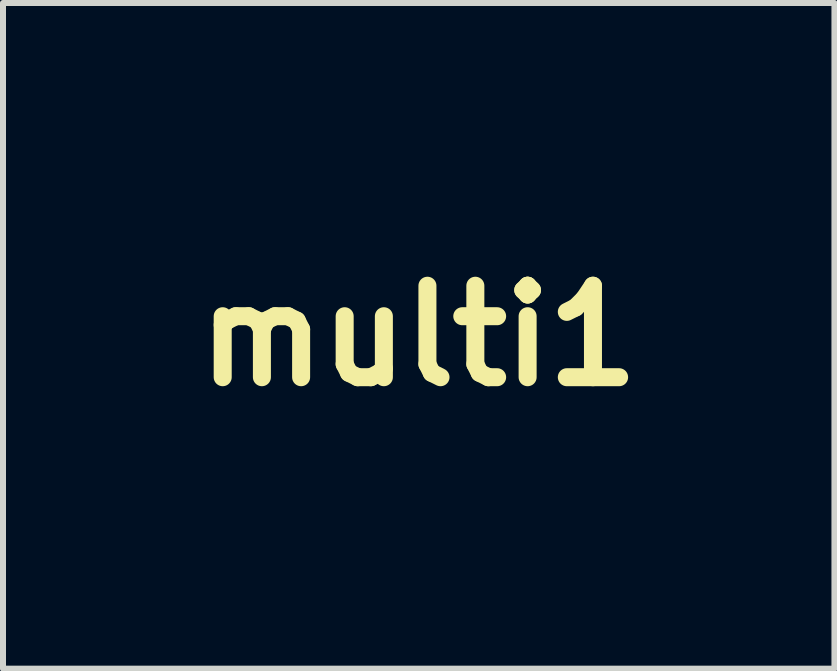
<source format=kicad_pcb>
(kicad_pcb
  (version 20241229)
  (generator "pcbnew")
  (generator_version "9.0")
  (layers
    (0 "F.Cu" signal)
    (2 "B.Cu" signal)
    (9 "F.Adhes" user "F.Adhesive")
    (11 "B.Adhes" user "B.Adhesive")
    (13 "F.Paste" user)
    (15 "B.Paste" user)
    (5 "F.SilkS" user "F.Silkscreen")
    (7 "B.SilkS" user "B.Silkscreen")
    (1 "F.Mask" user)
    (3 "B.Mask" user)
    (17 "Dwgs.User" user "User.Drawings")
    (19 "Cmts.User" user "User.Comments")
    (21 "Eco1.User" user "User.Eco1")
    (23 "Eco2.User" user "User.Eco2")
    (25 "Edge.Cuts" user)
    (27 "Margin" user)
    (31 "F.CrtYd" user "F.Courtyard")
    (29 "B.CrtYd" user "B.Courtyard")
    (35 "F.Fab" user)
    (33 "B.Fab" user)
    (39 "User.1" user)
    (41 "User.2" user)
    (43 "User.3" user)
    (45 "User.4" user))
  (footprint "multi1"
    (layer "F.Cu")
    (at 3.926 2.545)
    (property "Reference" "multi1" (at 0 0 0) (layer "F.SilkS") (effects (font (size 1.524 1.524) (thickness 0.3))))
    (attr through_hole)
    (fp_poly (pts (xy 0.112 -1.168) (xy -1.118 -1.168) (xy -1.115 -1.527) (xy -0.502 -1.528) (xy 0.112 -1.529) (xy 0.112 -1.168)) (stroke (width 0.01) (type solid)) (fill no) (layer "Eco2.User"))
    (fp_poly (pts (xy -0.139 2.445) (xy -0.138 2.451) (xy -0.139 2.452) (xy -0.142 2.451) (xy -0.142 2.449) (xy -0.14 2.444) (xy -0.139 2.445)) (stroke (width 0.01) (type solid)) (fill no) (layer "Eco2.User"))
    (fp_poly (pts (xy 0.181 2.445) (xy 0.182 2.451) (xy 0.181 2.452) (xy 0.178 2.451) (xy 0.178 2.449) (xy 0.18 2.444) (xy 0.181 2.445)) (stroke (width 0.01) (type solid)) (fill no) (layer "Eco2.User"))
    (fp_poly (pts (xy -0.168 2.442) (xy -0.168 2.443) (xy -0.172 2.448) (xy -0.173 2.449) (xy -0.178 2.445) (xy -0.178 2.443) (xy -0.174 2.439) (xy -0.173 2.438) (xy -0.168 2.442)) (stroke (width 0.01) (type solid)) (fill no) (layer "Eco2.User"))
    (fp_poly (pts (xy -0.001 2.443) (xy 0 2.449) (xy -0.003 2.457) (xy -0.008 2.459) (xy -0.014 2.454) (xy -0.015 2.449) (xy -0.012 2.44) (xy -0.008 2.438) (xy -0.001 2.443)) (stroke (width 0.01) (type solid)) (fill no) (layer "Eco2.User"))
    (fp_poly (pts (xy 0.03 2.442) (xy 0.03 2.443) (xy 0.027 2.448) (xy 0.025 2.449) (xy 0.02 2.445) (xy 0.02 2.443) (xy 0.024 2.439) (xy 0.025 2.438) (xy 0.03 2.442)) (stroke (width 0.01) (type solid)) (fill no) (layer "Eco2.User"))
    (fp_poly (pts (xy 0.156 2.442) (xy 0.155 2.443) (xy 0.15 2.448) (xy 0.15 2.449) (xy 0.147 2.445) (xy 0.147 2.443) (xy 0.151 2.439) (xy 0.153 2.438) (xy 0.156 2.442)) (stroke (width 0.01) (type solid)) (fill no) (layer "Eco2.User"))
    (fp_poly (pts (xy 0.369 2.443) (xy 0.371 2.449) (xy 0.368 2.457) (xy 0.363 2.459) (xy 0.357 2.454) (xy 0.356 2.449) (xy 0.359 2.44) (xy 0.363 2.438) (xy 0.369 2.443)) (stroke (width 0.01) (type solid)) (fill no) (layer "Eco2.User"))
    (fp_poly (pts (xy -0.067 2.441) (xy -0.065 2.442) (xy -0.063 2.45) (xy -0.066 2.457) (xy -0.071 2.459) (xy -0.078 2.455) (xy -0.079 2.453) (xy -0.08 2.445) (xy -0.074 2.44) (xy -0.067 2.441)) (stroke (width 0.01) (type solid)) (fill no) (layer "Eco2.User"))
    (fp_poly (pts (xy 0.356 -1.021) (xy -1.361 -1.021) (xy -1.361 -1.595) (xy -1.184 -1.595) (xy -1.184 -1.102) (xy 0.178 -1.102) (xy 0.178 -1.595) (xy -1.184 -1.595) (xy -1.361 -1.595) (xy -1.361 -1.676) (xy 0.356 -1.676) (xy 0.356 -1.021)) (stroke (width 0.01) (type solid)) (fill no) (layer "Eco2.User"))
    (fp_poly (pts (xy 0.21 1.097) (xy 0.214 1.099) (xy 0.235 1.112) (xy 0.248 1.129) (xy 0.253 1.15) (xy 0.251 1.174) (xy 0.242 1.194) (xy 0.227 1.209) (xy 0.208 1.218) (xy 0.186 1.22) (xy 0.165 1.213) (xy 0.15 1.204) (xy 0.135 1.185) (xy 0.129 1.165) (xy 0.13 1.144) (xy 0.137 1.125) (xy 0.15 1.109) (xy 0.167 1.098) (xy 0.187 1.094) (xy 0.21 1.097)) (stroke (width 0.01) (type solid)) (fill no) (layer "Eco2.User"))
    (fp_poly (pts (xy 0.213 1.464) (xy 0.224 1.468) (xy 0.237 1.48) (xy 0.248 1.498) (xy 0.254 1.518) (xy 0.254 1.524) (xy 0.25 1.548) (xy 0.238 1.568) (xy 0.22 1.581) (xy 0.198 1.587) (xy 0.174 1.584) (xy 0.165 1.58) (xy 0.144 1.566) (xy 0.132 1.547) (xy 0.128 1.524) (xy 0.133 1.5) (xy 0.135 1.497) (xy 0.148 1.479) (xy 0.168 1.467) (xy 0.19 1.462) (xy 0.213 1.464)) (stroke (width 0.01) (type solid)) (fill no) (layer "Eco2.User"))
    (fp_poly (pts (xy 0.968 -1.005) (xy 1.011 -0.963) (xy 0.847 -0.803) (xy 0.81 -0.767) (xy 0.772 -0.73) (xy 0.735 -0.694) (xy 0.7 -0.659) (xy 0.668 -0.628) (xy 0.64 -0.601) (xy 0.618 -0.579) (xy 0.611 -0.572) (xy 0.538 -0.501) (xy 0.538 -0.652) (xy 0.596 -0.711) (xy 0.613 -0.728) (xy 0.636 -0.752) (xy 0.663 -0.78) (xy 0.694 -0.812) (xy 0.727 -0.845) (xy 0.761 -0.88) (xy 0.789 -0.909) (xy 0.926 -1.048) (xy 0.968 -1.005)) (stroke (width 0.01) (type solid)) (fill no) (layer "Eco2.User"))
    (fp_poly (pts (xy 0.214 0.732) (xy 0.234 0.746) (xy 0.237 0.749) (xy 0.248 0.762) (xy 0.253 0.775) (xy 0.254 0.787) (xy 0.252 0.805) (xy 0.247 0.821) (xy 0.246 0.823) (xy 0.233 0.839) (xy 0.213 0.85) (xy 0.191 0.853) (xy 0.168 0.849) (xy 0.163 0.847) (xy 0.152 0.839) (xy 0.14 0.826) (xy 0.138 0.823) (xy 0.129 0.802) (xy 0.129 0.779) (xy 0.137 0.759) (xy 0.153 0.742) (xy 0.171 0.732) (xy 0.194 0.728) (xy 0.214 0.732)) (stroke (width 0.01) (type solid)) (fill no) (layer "Eco2.User"))
    (fp_poly (pts (xy -1.166 0.699) (xy -1.16 0.701) (xy -1.141 0.712) (xy -1.123 0.729) (xy -1.11 0.748) (xy -1.107 0.756) (xy -1.101 0.788) (xy -1.105 0.817) (xy -1.117 0.844) (xy -1.137 0.865) (xy -1.154 0.876) (xy -1.179 0.886) (xy -1.203 0.888) (xy -1.228 0.883) (xy -1.229 0.882) (xy -1.253 0.87) (xy -1.273 0.85) (xy -1.286 0.825) (xy -1.293 0.798) (xy -1.291 0.77) (xy -1.29 0.768) (xy -1.281 0.745) (xy -1.265 0.724) (xy -1.246 0.708) (xy -1.236 0.703) (xy -1.215 0.697) (xy -1.189 0.696) (xy -1.166 0.699)) (stroke (width 0.01) (type solid)) (fill no) (layer "Eco2.User"))
    (fp_poly (pts (xy 1.198 -0.643) (xy 1.198 -0.643) (xy 1.215 -0.634) (xy 1.231 -0.62) (xy 1.242 -0.603) (xy 1.244 -0.599) (xy 1.245 -0.594) (xy 1.245 -0.59) (xy 1.243 -0.584) (xy 1.238 -0.576) (xy 1.229 -0.564) (xy 1.216 -0.549) (xy 1.199 -0.529) (xy 1.175 -0.503) (xy 1.153 -0.478) (xy 1.058 -0.372) (xy 1.016 -0.414) (xy 0.974 -0.456) (xy 0.996 -0.476) (xy 1.039 -0.515) (xy 1.075 -0.547) (xy 1.104 -0.574) (xy 1.128 -0.595) (xy 1.148 -0.612) (xy 1.163 -0.624) (xy 1.174 -0.633) (xy 1.183 -0.639) (xy 1.189 -0.642) (xy 1.194 -0.643) (xy 1.198 -0.643)) (stroke (width 0.01) (type solid)) (fill no) (layer "Eco2.User"))
    (fp_poly (pts (xy 0.928 -0.402) (xy 0.939 -0.393) (xy 0.953 -0.38) (xy 0.969 -0.365) (xy 1.01 -0.323) (xy 0.779 -0.097) (xy 0.739 -0.057) (xy 0.7 -0.02) (xy 0.665 0.015) (xy 0.633 0.046) (xy 0.604 0.073) (xy 0.581 0.096) (xy 0.562 0.114) (xy 0.55 0.125) (xy 0.544 0.131) (xy 0.543 0.131) (xy 0.541 0.127) (xy 0.54 0.114) (xy 0.539 0.094) (xy 0.539 0.069) (xy 0.538 0.06) (xy 0.538 -0.013) (xy 0.729 -0.208) (xy 0.765 -0.245) (xy 0.799 -0.28) (xy 0.831 -0.312) (xy 0.858 -0.34) (xy 0.882 -0.364) (xy 0.901 -0.383) (xy 0.915 -0.397) (xy 0.922 -0.404) (xy 0.924 -0.405) (xy 0.928 -0.402)) (stroke (width 0.01) (type solid)) (fill no) (layer "Eco2.User"))
    (fp_poly (pts (xy 1.199 -1.283) (xy 1.215 -1.275) (xy 1.231 -1.26) (xy 1.242 -1.243) (xy 1.244 -1.239) (xy 1.245 -1.234) (xy 1.245 -1.229) (xy 1.243 -1.223) (xy 1.238 -1.215) (xy 1.23 -1.204) (xy 1.217 -1.189) (xy 1.2 -1.169) (xy 1.177 -1.144) (xy 1.155 -1.119) (xy 1.13 -1.091) (xy 1.108 -1.067) (xy 1.089 -1.045) (xy 1.074 -1.029) (xy 1.064 -1.017) (xy 1.06 -1.012) (xy 1.06 -1.012) (xy 1.056 -1.015) (xy 1.046 -1.024) (xy 1.033 -1.037) (xy 1.017 -1.052) (xy 1.001 -1.069) (xy 0.987 -1.082) (xy 0.978 -1.092) (xy 0.975 -1.095) (xy 0.979 -1.099) (xy 0.989 -1.108) (xy 1.005 -1.123) (xy 1.026 -1.142) (xy 1.05 -1.164) (xy 1.077 -1.188) (xy 1.081 -1.191) (xy 1.112 -1.219) (xy 1.137 -1.241) (xy 1.156 -1.258) (xy 1.171 -1.27) (xy 1.181 -1.277) (xy 1.189 -1.281) (xy 1.195 -1.283) (xy 1.199 -1.283)) (stroke (width 0.01) (type solid)) (fill no) (layer "Eco2.User"))
    (fp_poly (pts (xy -0.366 -0.532) (xy -0.347 -0.526) (xy -0.323 -0.517) (xy -0.296 -0.506) (xy -0.269 -0.494) (xy -0.246 -0.482) (xy -0.242 -0.479) (xy -0.182 -0.437) (xy -0.129 -0.388) (xy -0.085 -0.333) (xy -0.048 -0.272) (xy -0.02 -0.205) (xy -0.002 -0.14) (xy 0.004 -0.102) (xy 0.007 -0.058) (xy 0.006 -0.012) (xy 0.002 0.034) (xy -0.005 0.074) (xy -0.007 0.082) (xy -0.03 0.152) (xy -0.062 0.217) (xy -0.101 0.276) (xy -0.148 0.328) (xy -0.202 0.373) (xy -0.263 0.411) (xy -0.329 0.44) (xy -0.343 0.445) (xy -0.36 0.451) (xy -0.373 0.455) (xy -0.379 0.457) (xy -0.379 0.457) (xy -0.38 0.452) (xy -0.38 0.438) (xy -0.38 0.415) (xy -0.38 0.383) (xy -0.38 0.345) (xy -0.381 0.299) (xy -0.381 0.248) (xy -0.381 0.191) (xy -0.381 0.129) (xy -0.381 0.064) (xy -0.381 -0.005) (xy -0.381 -0.039) (xy -0.381 -0.535) (xy -0.366 -0.532)) (stroke (width 0.01) (type solid)) (fill no) (layer "Eco2.User"))
    (fp_poly (pts (xy -0.475 -0.661) (xy -0.459 -0.647) (xy -0.457 -0.643) (xy -0.455 -0.64) (xy -0.454 -0.637) (xy -0.453 -0.632) (xy -0.452 -0.626) (xy -0.451 -0.617) (xy -0.45 -0.605) (xy -0.449 -0.59) (xy -0.449 -0.571) (xy -0.448 -0.547) (xy -0.448 -0.518) (xy -0.448 -0.483) (xy -0.448 -0.442) (xy -0.447 -0.395) (xy -0.447 -0.339) (xy -0.447 -0.276) (xy -0.447 -0.205) (xy -0.447 -0.124) (xy -0.447 -0.036) (xy -0.447 0.555) (xy -0.464 0.572) (xy -0.484 0.586) (xy -0.505 0.59) (xy -0.526 0.584) (xy -0.54 0.574) (xy -0.556 0.56) (xy -0.558 -0.034) (xy -0.558 -0.124) (xy -0.558 -0.205) (xy -0.558 -0.276) (xy -0.558 -0.339) (xy -0.558 -0.394) (xy -0.558 -0.442) (xy -0.558 -0.483) (xy -0.558 -0.518) (xy -0.557 -0.547) (xy -0.557 -0.57) (xy -0.557 -0.59) (xy -0.556 -0.605) (xy -0.555 -0.617) (xy -0.554 -0.625) (xy -0.553 -0.632) (xy -0.552 -0.637) (xy -0.551 -0.64) (xy -0.549 -0.643) (xy -0.549 -0.644) (xy -0.534 -0.659) (xy -0.515 -0.668) (xy -0.494 -0.668) (xy -0.475 -0.661)) (stroke (width 0.01) (type solid)) (fill no) (layer "Eco2.User"))
    (fp_poly (pts (xy -0.631 -0.532) (xy -0.629 -0.527) (xy -0.629 -0.519) (xy -0.628 -0.507) (xy -0.627 -0.489) (xy -0.627 -0.467) (xy -0.626 -0.438) (xy -0.626 -0.404) (xy -0.625 -0.362) (xy -0.625 -0.312) (xy -0.625 -0.255) (xy -0.625 -0.189) (xy -0.625 -0.114) (xy -0.625 -0.038) (xy -0.625 0.032) (xy -0.625 0.099) (xy -0.625 0.162) (xy -0.625 0.221) (xy -0.626 0.275) (xy -0.626 0.324) (xy -0.626 0.366) (xy -0.627 0.401) (xy -0.627 0.428) (xy -0.628 0.446) (xy -0.628 0.456) (xy -0.629 0.457) (xy -0.635 0.455) (xy -0.648 0.451) (xy -0.665 0.445) (xy -0.665 0.445) (xy -0.733 0.416) (xy -0.794 0.379) (xy -0.849 0.335) (xy -0.897 0.285) (xy -0.937 0.228) (xy -0.97 0.166) (xy -0.993 0.099) (xy -1.008 0.027) (xy -1.011 0.006) (xy -1.013 -0.062) (xy -1.006 -0.129) (xy -0.989 -0.195) (xy -0.964 -0.258) (xy -0.931 -0.317) (xy -0.89 -0.371) (xy -0.842 -0.42) (xy -0.788 -0.463) (xy -0.734 -0.495) (xy -0.712 -0.505) (xy -0.688 -0.515) (xy -0.665 -0.524) (xy -0.646 -0.53) (xy -0.633 -0.533) (xy -0.632 -0.533) (xy -0.631 -0.532)) (stroke (width 0.01) (type solid)) (fill no) (layer "Eco2.User"))
    (fp_poly (pts (xy -0.622 -0.649) (xy -0.624 -0.635) (xy -0.625 -0.622) (xy -0.625 -0.614) (xy -0.628 -0.609) (xy -0.635 -0.605) (xy -0.648 -0.6) (xy -0.667 -0.594) (xy -0.701 -0.582) (xy -0.74 -0.566) (xy -0.78 -0.546) (xy -0.816 -0.525) (xy -0.847 -0.505) (xy -0.849 -0.503) (xy -0.876 -0.48) (xy -0.906 -0.452) (xy -0.935 -0.422) (xy -0.961 -0.391) (xy -0.98 -0.366) (xy -1.015 -0.308) (xy -1.043 -0.243) (xy -1.064 -0.175) (xy -1.077 -0.107) (xy -1.082 -0.04) (xy -1.082 -0.039) (xy -1.079 0.013) (xy -1.07 0.069) (xy -1.057 0.124) (xy -1.04 0.176) (xy -1.023 0.215) (xy -0.986 0.279) (xy -0.94 0.337) (xy -0.888 0.39) (xy -0.83 0.436) (xy -0.767 0.474) (xy -0.7 0.503) (xy -0.671 0.513) (xy -0.652 0.519) (xy -0.638 0.524) (xy -0.63 0.527) (xy -0.629 0.528) (xy -0.627 0.534) (xy -0.624 0.547) (xy -0.623 0.555) (xy -0.622 0.567) (xy -0.622 0.574) (xy -0.626 0.578) (xy -0.635 0.577) (xy -0.65 0.573) (xy -0.674 0.566) (xy -0.675 0.566) (xy -0.751 0.539) (xy -0.822 0.503) (xy -0.886 0.459) (xy -0.945 0.408) (xy -0.996 0.351) (xy -1.04 0.287) (xy -1.076 0.218) (xy -1.104 0.144) (xy -1.123 0.066) (xy -1.128 0.033) (xy -1.132 -0.028) (xy -1.129 -0.092) (xy -1.12 -0.158) (xy -1.105 -0.222) (xy -1.095 -0.254) (xy -1.063 -0.326) (xy -1.024 -0.392) (xy -0.976 -0.453) (xy -0.922 -0.508) (xy -0.861 -0.556) (xy -0.795 -0.596) (xy -0.724 -0.629) (xy -0.664 -0.648) (xy -0.619 -0.66) (xy -0.622 -0.649)) (stroke (width 0.01) (type solid)) (fill no) (layer "Eco2.User"))
    (fp_poly (pts (xy -0.34 -0.647) (xy -0.265 -0.622) (xy -0.195 -0.588) (xy -0.13 -0.547) (xy -0.071 -0.497) (xy -0.019 -0.441) (xy 0.027 -0.379) (xy 0.065 -0.311) (xy 0.095 -0.237) (xy 0.115 -0.163) (xy 0.121 -0.128) (xy 0.124 -0.087) (xy 0.125 -0.042) (xy 0.124 0.004) (xy 0.12 0.047) (xy 0.115 0.084) (xy 0.113 0.095) (xy 0.09 0.172) (xy 0.058 0.245) (xy 0.019 0.312) (xy -0.029 0.374) (xy -0.084 0.43) (xy -0.145 0.478) (xy -0.213 0.519) (xy -0.217 0.521) (xy -0.248 0.536) (xy -0.284 0.55) (xy -0.322 0.563) (xy -0.356 0.573) (xy -0.37 0.577) (xy -0.382 0.578) (xy -0.385 0.577) (xy -0.384 0.572) (xy -0.382 0.561) (xy -0.381 0.546) (xy -0.381 0.546) (xy -0.379 0.533) (xy -0.375 0.526) (xy -0.375 0.526) (xy -0.312 0.505) (xy -0.257 0.483) (xy -0.209 0.459) (xy -0.166 0.431) (xy -0.125 0.398) (xy -0.094 0.368) (xy -0.043 0.311) (xy -0.002 0.248) (xy 0.031 0.183) (xy 0.055 0.114) (xy 0.07 0.043) (xy 0.076 -0.029) (xy 0.072 -0.101) (xy 0.06 -0.173) (xy 0.038 -0.244) (xy 0.007 -0.313) (xy -0.023 -0.363) (xy -0.041 -0.388) (xy -0.065 -0.415) (xy -0.092 -0.444) (xy -0.12 -0.472) (xy -0.147 -0.495) (xy -0.157 -0.504) (xy -0.186 -0.523) (xy -0.221 -0.543) (xy -0.259 -0.562) (xy -0.297 -0.579) (xy -0.332 -0.592) (xy -0.34 -0.595) (xy -0.36 -0.601) (xy -0.372 -0.605) (xy -0.378 -0.61) (xy -0.381 -0.615) (xy -0.381 -0.622) (xy -0.382 -0.637) (xy -0.384 -0.649) (xy -0.387 -0.66) (xy -0.34 -0.647)) (stroke (width 0.01) (type solid)) (fill no) (layer "Eco2.User"))
    (fp_poly (pts (xy -0.818 -1.792) (xy -0.717 -1.792) (xy -0.608 -1.792) (xy -0.497 -1.792) (xy 0.437 -1.791) (xy 0.47 -1.757) (xy 0.471 -0.006) (xy 0.471 0.152) (xy 0.471 0.301) (xy 0.471 0.44) (xy 0.472 0.569) (xy 0.472 0.69) (xy 0.472 0.803) (xy 0.472 0.907) (xy 0.472 1.003) (xy 0.472 1.091) (xy 0.472 1.173) (xy 0.472 1.247) (xy 0.472 1.315) (xy 0.471 1.376) (xy 0.471 1.431) (xy 0.471 1.481) (xy 0.471 1.525) (xy 0.471 1.564) (xy 0.471 1.598) (xy 0.47 1.628) (xy 0.47 1.654) (xy 0.47 1.677) (xy 0.469 1.695) (xy 0.469 1.711) (xy 0.468 1.723) (xy 0.468 1.734) (xy 0.467 1.742) (xy 0.466 1.748) (xy 0.466 1.752) (xy 0.465 1.756) (xy 0.464 1.758) (xy 0.463 1.76) (xy 0.462 1.762) (xy 0.462 1.762) (xy 0.46 1.766) (xy 0.458 1.769) (xy 0.457 1.772) (xy 0.454 1.775) (xy 0.451 1.778) (xy 0.447 1.78) (xy 0.441 1.782) (xy 0.432 1.784) (xy 0.421 1.786) (xy 0.407 1.787) (xy 0.389 1.788) (xy 0.368 1.79) (xy 0.342 1.79) (xy 0.311 1.791) (xy 0.275 1.792) (xy 0.233 1.792) (xy 0.185 1.793) (xy 0.13 1.793) (xy 0.069 1.793) (xy -0.000055 1.793) (xy -0.077 1.793) (xy -0.162 1.793) (xy -0.256 1.793) (xy -0.359 1.793) (xy -0.471 1.793) (xy -0.504 1.793) (xy -0.62 1.793) (xy -0.726 1.793) (xy -0.822 1.793) (xy -0.91 1.793) (xy -0.989 1.793) (xy -1.06 1.792) (xy -1.124 1.792) (xy -1.18 1.792) (xy -1.23 1.792) (xy -1.273 1.791) (xy -1.31 1.791) (xy -1.341 1.791) (xy -1.368 1.79) (xy -1.389 1.79) (xy -1.406 1.789) (xy -1.42 1.788) (xy -1.43 1.788) (xy -1.436 1.787) (xy -1.44 1.786) (xy -1.441 1.786) (xy -1.455 1.776) (xy -1.467 1.763) (xy -1.468 1.762) (xy -1.469 1.76) (xy -1.47 1.758) (xy -1.471 1.756) (xy -1.471 1.753) (xy -1.472 1.748) (xy -1.473 1.742) (xy -1.473 1.734) (xy -1.474 1.724) (xy -1.474 1.712) (xy -1.475 1.696) (xy -1.475 1.678) (xy -1.476 1.656) (xy -1.476 1.63) (xy -1.476 1.601) (xy -1.477 1.567) (xy -1.477 1.529) (xy 0.061 1.529) (xy 0.066 1.56) (xy 0.08 1.59) (xy 0.093 1.608) (xy 0.121 1.634) (xy 0.152 1.65) (xy 0.185 1.655) (xy 0.221 1.652) (xy 0.23 1.649) (xy 0.261 1.635) (xy 0.287 1.612) (xy 0.307 1.584) (xy 0.319 1.552) (xy 0.322 1.524) (xy 0.317 1.49) (xy 0.304 1.459) (xy 0.284 1.432) (xy 0.258 1.412) (xy 0.227 1.398) (xy 0.194 1.393) (xy 0.177 1.394) (xy 0.143 1.402) (xy 0.115 1.418) (xy 0.091 1.44) (xy 0.074 1.467) (xy 0.064 1.497) (xy 0.061 1.529) (xy -1.477 1.529) (xy -1.477 1.528) (xy -1.477 1.484) (xy -1.477 1.435) (xy -1.478 1.38) (xy -1.478 1.319) (xy -1.478 1.252) (xy -1.478 1.178) (xy -1.478 1.16) (xy 0.061 1.16) (xy 0.066 1.193) (xy 0.08 1.224) (xy 0.102 1.251) (xy 0.106 1.255) (xy 0.135 1.275) (xy 0.168 1.286) (xy 0.202 1.288) (xy 0.235 1.281) (xy 0.249 1.275) (xy 0.278 1.255) (xy 0.3 1.229) (xy 0.315 1.199) (xy 0.322 1.166) (xy 0.32 1.132) (xy 0.308 1.099) (xy 0.288 1.07) (xy 0.263 1.048) (xy 0.233 1.034) (xy 0.201 1.027) (xy 0.169 1.029) (xy 0.137 1.039) (xy 0.108 1.058) (xy 0.098 1.067) (xy 0.077 1.095) (xy 0.065 1.127) (xy 0.061 1.16) (xy -1.478 1.16) (xy -1.478 1.097) (xy -1.478 1.009) (xy -1.478 0.913) (xy -1.478 0.809) (xy -1.478 0.792) (xy -1.36 0.792) (xy -1.356 0.829) (xy -1.346 0.859) (xy -1.324 0.892) (xy -1.295 0.921) (xy -1.261 0.942) (xy -1.24 0.95) (xy -1.215 0.954) (xy -1.186 0.954) (xy -1.156 0.949) (xy -1.14 0.944) (xy -1.108 0.927) (xy -1.079 0.903) (xy -1.056 0.873) (xy -1.048 0.859) (xy -1.04 0.842) (xy -1.036 0.826) (xy -1.034 0.808) (xy -1.034 0.79) (xy -1.035 0.782) (xy 0.062 0.782) (xy 0.064 0.819) (xy 0.075 0.852) (xy 0.096 0.88) (xy 0.102 0.887) (xy 0.132 0.908) (xy 0.164 0.919) (xy 0.199 0.921) (xy 0.237 0.914) (xy 0.238 0.913) (xy 0.257 0.904) (xy 0.277 0.888) (xy 0.295 0.869) (xy 0.309 0.848) (xy 0.312 0.843) (xy 0.319 0.817) (xy 0.321 0.787) (xy 0.318 0.758) (xy 0.313 0.74) (xy 0.296 0.713) (xy 0.272 0.689) (xy 0.244 0.671) (xy 0.243 0.671) (xy 0.224 0.664) (xy 0.206 0.661) (xy 0.184 0.661) (xy 0.183 0.662) (xy 0.153 0.666) (xy 0.128 0.676) (xy 0.106 0.692) (xy 0.099 0.699) (xy 0.08 0.721) (xy 0.069 0.744) (xy 0.063 0.772) (xy 0.062 0.782) (xy -1.035 0.782) (xy -1.037 0.753) (xy -1.047 0.722) (xy -1.062 0.7) (xy -0.779 0.7) (xy -0.774 0.715) (xy -0.767 0.722) (xy -0.752 0.73) (xy -0.749 0.73) (xy -0.542 0.73) (xy -0.538 0.745) (xy -0.528 0.761) (xy -0.514 0.769) (xy -0.498 0.768) (xy -0.483 0.758) (xy -0.481 0.756) (xy -0.474 0.741) (xy -0.473 0.721) (xy -0.478 0.703) (xy -0.483 0.694) (xy -0.496 0.683) (xy -0.51 0.681) (xy -0.523 0.686) (xy -0.533 0.697) (xy -0.54 0.712) (xy -0.542 0.73) (xy -0.749 0.73) (xy -0.737 0.729) (xy -0.724 0.719) (xy -0.713 0.703) (xy -0.708 0.685) (xy -0.709 0.673) (xy -0.306 0.673) (xy -0.306 0.691) (xy -0.304 0.697) (xy -0.295 0.716) (xy -0.284 0.727) (xy -0.27 0.731) (xy -0.265 0.73) (xy -0.249 0.726) (xy -0.24 0.716) (xy -0.239 0.716) (xy -0.235 0.699) (xy -0.238 0.68) (xy -0.246 0.663) (xy -0.257 0.652) (xy -0.273 0.646) (xy -0.287 0.649) (xy -0.299 0.659) (xy -0.306 0.673) (xy -0.709 0.673) (xy -0.709 0.667) (xy -0.717 0.653) (xy -0.73 0.644) (xy -0.731 0.644) (xy -0.746 0.644) (xy -0.76 0.653) (xy -0.77 0.666) (xy -0.777 0.683) (xy -0.779 0.7) (xy -1.062 0.7) (xy -1.065 0.694) (xy -1.082 0.675) (xy -1.107 0.654) (xy -1.134 0.64) (xy -1.166 0.63) (xy -1.176 0.629) (xy -1.212 0.627) (xy -1.248 0.635) (xy -1.282 0.651) (xy -1.312 0.675) (xy -1.336 0.705) (xy -1.345 0.72) (xy -1.356 0.755) (xy -1.36 0.792) (xy -1.478 0.792) (xy -1.478 0.698) (xy -1.478 0.59) (xy -0.995 0.59) (xy -0.989 0.603) (xy -0.985 0.608) (xy -0.97 0.618) (xy -0.954 0.618) (xy -0.939 0.608) (xy -0.936 0.606) (xy -0.922 0.586) (xy -0.916 0.568) (xy -0.921 0.552) (xy -0.933 0.54) (xy -0.949 0.535) (xy -0.965 0.539) (xy -0.98 0.553) (xy -0.983 0.557) (xy -0.993 0.576) (xy -0.995 0.59) (xy -1.478 0.59) (xy -1.478 0.577) (xy -1.478 0.448) (xy -1.478 0.408) (xy -1.165 0.408) (xy -1.165 0.424) (xy -1.155 0.437) (xy -1.149 0.442) (xy -1.137 0.446) (xy -1.125 0.445) (xy -1.11 0.437) (xy -1.109 0.436) (xy -1.092 0.422) (xy -1.083 0.406) (xy -1.084 0.39) (xy -1.093 0.376) (xy -1.107 0.367) (xy -1.122 0.367) (xy -1.14 0.376) (xy -1.141 0.377) (xy -1.157 0.392) (xy -1.165 0.408) (xy -1.478 0.408) (xy -1.478 0.309) (xy -1.478 0.195) (xy -1.275 0.195) (xy -1.272 0.21) (xy -1.265 0.218) (xy -1.251 0.227) (xy -1.233 0.228) (xy -1.215 0.223) (xy -1.2 0.214) (xy -1.191 0.201) (xy -1.189 0.186) (xy -1.193 0.172) (xy -1.202 0.162) (xy -1.218 0.158) (xy -1.219 0.157) (xy -1.242 0.161) (xy -1.259 0.169) (xy -1.271 0.181) (xy -1.275 0.195) (xy -1.478 0.195) (xy -1.478 0.161) (xy -1.478 0.004) (xy -1.478 -0.001) (xy -1.478 -0.045) (xy -1.311 -0.045) (xy -1.306 -0.028) (xy -1.294 -0.016) (xy -1.274 -0.01) (xy -1.267 -0.01) (xy -1.248 -0.012) (xy -1.235 -0.02) (xy -1.234 -0.02) (xy -1.227 -0.034) (xy -1.198 -0.034) (xy -1.197 0.007) (xy -1.195 0.042) (xy -1.192 0.066) (xy -1.173 0.149) (xy -1.146 0.228) (xy -1.11 0.302) (xy -1.066 0.371) (xy -1.014 0.434) (xy -0.955 0.49) (xy -0.889 0.54) (xy -0.818 0.582) (xy -0.74 0.615) (xy -0.731 0.619) (xy -0.685 0.633) (xy -0.635 0.644) (xy -0.585 0.653) (xy -0.537 0.657) (xy -0.495 0.658) (xy -0.488 0.657) (xy -0.471 0.656) (xy -0.449 0.654) (xy -0.427 0.653) (xy -0.358 0.643) (xy -0.288 0.624) (xy -0.215 0.594) (xy -0.186 0.58) (xy -0.184 0.579) (xy -0.096 0.579) (xy -0.088 0.597) (xy -0.079 0.607) (xy -0.063 0.62) (xy -0.049 0.624) (xy -0.035 0.618) (xy -0.028 0.612) (xy -0.018 0.601) (xy -0.016 0.591) (xy -0.02 0.579) (xy -0.026 0.569) (xy -0.04 0.55) (xy -0.053 0.54) (xy -0.067 0.54) (xy -0.083 0.549) (xy -0.083 0.549) (xy -0.094 0.563) (xy -0.096 0.579) (xy -0.184 0.579) (xy -0.114 0.538) (xy -0.048 0.488) (xy 0.011 0.431) (xy 0.029 0.409) (xy 0.071 0.409) (xy 0.071 0.41) (xy 0.076 0.423) (xy 0.087 0.435) (xy 0.103 0.445) (xy 0.12 0.451) (xy 0.135 0.451) (xy 0.14 0.448) (xy 0.149 0.438) (xy 0.155 0.424) (xy 0.155 0.411) (xy 0.147 0.399) (xy 0.132 0.387) (xy 0.116 0.379) (xy 0.103 0.376) (xy 0.087 0.38) (xy 0.075 0.392) (xy 0.071 0.409) (xy 0.029 0.409) (xy 0.062 0.368) (xy 0.106 0.299) (xy 0.142 0.225) (xy 0.149 0.206) (xy 0.179 0.206) (xy 0.188 0.219) (xy 0.205 0.23) (xy 0.209 0.232) (xy 0.226 0.237) (xy 0.237 0.238) (xy 0.247 0.235) (xy 0.249 0.234) (xy 0.262 0.222) (xy 0.267 0.207) (xy 0.264 0.192) (xy 0.254 0.179) (xy 0.245 0.173) (xy 0.224 0.166) (xy 0.21 0.164) (xy 0.2 0.167) (xy 0.191 0.175) (xy 0.18 0.19) (xy 0.179 0.206) (xy 0.149 0.206) (xy 0.169 0.147) (xy 0.186 0.072) (xy 0.19 0.038) (xy 0.192 -0.002) (xy 0.192 -0.035) (xy 0.218 -0.035) (xy 0.223 -0.02) (xy 0.235 -0.009) (xy 0.251 -0.002) (xy 0.268 0.000299) (xy 0.285 -0.004) (xy 0.295 -0.01) (xy 0.304 -0.025) (xy 0.305 -0.04) (xy 0.298 -0.054) (xy 0.284 -0.064) (xy 0.265 -0.069) (xy 0.262 -0.069) (xy 0.24 -0.065) (xy 0.226 -0.055) (xy 0.219 -0.04) (xy 0.218 -0.035) (xy 0.192 -0.035) (xy 0.192 -0.046) (xy 0.191 -0.09) (xy 0.188 -0.132) (xy 0.183 -0.168) (xy 0.18 -0.183) (xy 0.158 -0.262) (xy 0.158 -0.262) (xy 0.184 -0.262) (xy 0.191 -0.247) (xy 0.194 -0.244) (xy 0.209 -0.236) (xy 0.228 -0.236) (xy 0.247 -0.244) (xy 0.254 -0.248) (xy 0.265 -0.262) (xy 0.267 -0.278) (xy 0.261 -0.293) (xy 0.253 -0.301) (xy 0.243 -0.307) (xy 0.234 -0.308) (xy 0.22 -0.305) (xy 0.205 -0.299) (xy 0.193 -0.292) (xy 0.192 -0.291) (xy 0.184 -0.278) (xy 0.184 -0.262) (xy 0.158 -0.262) (xy 0.129 -0.336) (xy 0.091 -0.404) (xy 0.043 -0.47) (xy 0.038 -0.476) (xy 0.077 -0.476) (xy 0.083 -0.461) (xy 0.086 -0.457) (xy 0.102 -0.448) (xy 0.119 -0.449) (xy 0.138 -0.458) (xy 0.144 -0.464) (xy 0.158 -0.48) (xy 0.162 -0.495) (xy 0.156 -0.509) (xy 0.152 -0.513) (xy 0.137 -0.522) (xy 0.119 -0.522) (xy 0.1 -0.512) (xy 0.094 -0.507) (xy 0.08 -0.491) (xy 0.077 -0.476) (xy 0.038 -0.476) (xy -0.01 -0.529) (xy -0.069 -0.583) (xy -0.13 -0.628) (xy -0.164 -0.648) (xy -0.089 -0.648) (xy -0.086 -0.636) (xy -0.081 -0.628) (xy -0.068 -0.618) (xy -0.053 -0.614) (xy -0.039 -0.618) (xy -0.038 -0.619) (xy -0.031 -0.625) (xy -0.023 -0.635) (xy -0.021 -0.637) (xy -0.012 -0.655) (xy -0.011 -0.672) (xy -0.018 -0.686) (xy -0.031 -0.694) (xy -0.044 -0.696) (xy -0.057 -0.694) (xy -0.068 -0.685) (xy -0.073 -0.679) (xy -0.085 -0.662) (xy -0.089 -0.648) (xy -0.164 -0.648) (xy -0.194 -0.665) (xy -0.264 -0.695) (xy -0.34 -0.718) (xy -0.371 -0.725) (xy -0.401 -0.73) (xy -0.439 -0.733) (xy -0.48 -0.734) (xy -0.523 -0.734) (xy -0.565 -0.733) (xy -0.603 -0.73) (xy -0.634 -0.725) (xy -0.635 -0.725) (xy -0.716 -0.703) (xy -0.794 -0.672) (xy -0.866 -0.634) (xy -0.899 -0.613) (xy -0.917 -0.6) (xy -0.939 -0.581) (xy -0.963 -0.56) (xy -0.987 -0.537) (xy -0.994 -0.531) (xy -1.05 -0.469) (xy -1.097 -0.403) (xy -1.135 -0.333) (xy -1.165 -0.258) (xy -1.186 -0.18) (xy -1.191 -0.152) (xy -1.195 -0.116) (xy -1.197 -0.075) (xy -1.198 -0.034) (xy -1.227 -0.034) (xy -1.226 -0.035) (xy -1.225 -0.052) (xy -1.233 -0.067) (xy -1.243 -0.073) (xy -1.26 -0.076) (xy -1.267 -0.076) (xy -1.289 -0.073) (xy -1.304 -0.065) (xy -1.31 -0.051) (xy -1.311 -0.045) (xy -1.478 -0.045) (xy -1.478 -0.277) (xy -1.271 -0.277) (xy -1.264 -0.262) (xy -1.248 -0.251) (xy -1.226 -0.245) (xy -1.207 -0.248) (xy -1.192 -0.26) (xy -1.192 -0.26) (xy -1.186 -0.271) (xy -1.186 -0.281) (xy -1.188 -0.289) (xy -1.2 -0.303) (xy -1.218 -0.312) (xy -1.239 -0.315) (xy -1.255 -0.312) (xy -1.265 -0.303) (xy -1.269 -0.295) (xy -1.271 -0.277) (xy -1.478 -0.277) (xy -1.478 -0.497) (xy -1.161 -0.497) (xy -1.156 -0.484) (xy -1.143 -0.47) (xy -1.138 -0.465) (xy -1.12 -0.454) (xy -1.104 -0.453) (xy -1.088 -0.462) (xy -1.088 -0.462) (xy -1.078 -0.477) (xy -1.078 -0.494) (xy -1.087 -0.51) (xy -1.093 -0.515) (xy -1.112 -0.528) (xy -1.131 -0.532) (xy -1.146 -0.527) (xy -1.157 -0.514) (xy -1.158 -0.51) (xy -1.161 -0.497) (xy -1.478 -0.497) (xy -1.478 -0.669) (xy -0.987 -0.669) (xy -0.982 -0.652) (xy -0.97 -0.635) (xy -0.956 -0.623) (xy -0.94 -0.619) (xy -0.926 -0.623) (xy -0.917 -0.631) (xy -0.91 -0.646) (xy -0.911 -0.662) (xy -0.92 -0.679) (xy -0.933 -0.693) (xy -0.948 -0.7) (xy -0.963 -0.701) (xy -0.976 -0.695) (xy -0.984 -0.684) (xy -0.987 -0.669) (xy -1.478 -0.669) (xy -1.478 -0.781) (xy -0.772 -0.781) (xy -0.77 -0.769) (xy -0.765 -0.754) (xy -0.758 -0.74) (xy -0.751 -0.731) (xy -0.75 -0.731) (xy -0.738 -0.727) (xy -0.722 -0.727) (xy -0.714 -0.73) (xy -0.703 -0.738) (xy -0.699 -0.752) (xy -0.297 -0.752) (xy -0.29 -0.735) (xy -0.276 -0.724) (xy -0.26 -0.722) (xy -0.246 -0.729) (xy -0.236 -0.741) (xy -0.229 -0.758) (xy -0.226 -0.777) (xy -0.228 -0.789) (xy -0.238 -0.802) (xy -0.252 -0.807) (xy -0.267 -0.806) (xy -0.281 -0.797) (xy -0.285 -0.792) (xy -0.296 -0.772) (xy -0.297 -0.752) (xy -0.699 -0.752) (xy -0.699 -0.752) (xy -0.699 -0.769) (xy -0.705 -0.785) (xy -0.714 -0.8) (xy -0.717 -0.802) (xy -0.533 -0.802) (xy -0.529 -0.784) (xy -0.528 -0.781) (xy -0.518 -0.768) (xy -0.506 -0.763) (xy -0.498 -0.762) (xy -0.486 -0.764) (xy -0.48 -0.766) (xy -0.469 -0.779) (xy -0.463 -0.797) (xy -0.464 -0.816) (xy -0.472 -0.834) (xy -0.473 -0.835) (xy -0.486 -0.846) (xy -0.5 -0.848) (xy -0.513 -0.844) (xy -0.524 -0.833) (xy -0.531 -0.819) (xy -0.533 -0.802) (xy -0.717 -0.802) (xy -0.726 -0.81) (xy -0.739 -0.813) (xy -0.751 -0.809) (xy -0.763 -0.799) (xy -0.771 -0.788) (xy -0.772 -0.781) (xy -1.478 -0.781) (xy -1.478 -1.742) (xy -1.427 -1.742) (xy -1.427 -0.955) (xy 0.422 -0.955) (xy 0.422 -1.742) (xy -1.427 -1.742) (xy -1.478 -1.742) (xy -1.478 -1.746) (xy -1.467 -1.763) (xy -1.456 -1.776) (xy -1.444 -1.786) (xy -1.443 -1.787) (xy -1.439 -1.788) (xy -1.432 -1.788) (xy -1.42 -1.789) (xy -1.404 -1.79) (xy -1.383 -1.79) (xy -1.357 -1.791) (xy -1.325 -1.791) (xy -1.286 -1.791) (xy -1.242 -1.792) (xy -1.19 -1.792) (xy -1.132 -1.792) (xy -1.066 -1.792) (xy -0.991 -1.792) (xy -0.909 -1.792) (xy -0.818 -1.792)) (stroke (width 0.01) (type solid)) (fill no) (layer "Eco2.User"))
    (fp_poly (pts (xy 2.54 2.54) (xy -2.54 2.54) (xy -2.54 2.44) (xy -0.42 2.44) (xy -0.417 2.451) (xy -0.412 2.46) (xy -0.409 2.463) (xy -0.409 2.463) (xy -0.409 2.462) (xy -0.395 2.462) (xy -0.392 2.461) (xy -0.387 2.453) (xy -0.384 2.443) (xy -0.382 2.436) (xy -0.375 2.436) (xy -0.374 2.44) (xy -0.371 2.452) (xy -0.371 2.457) (xy -0.368 2.463) (xy -0.366 2.464) (xy -0.361 2.46) (xy -0.361 2.457) (xy -0.364 2.449) (xy -0.369 2.441) (xy -0.373 2.437) (xy -0.359 2.437) (xy -0.359 2.444) (xy -0.355 2.454) (xy -0.351 2.462) (xy -0.348 2.464) (xy -0.346 2.46) (xy -0.341 2.449) (xy -0.341 2.449) (xy -0.339 2.441) (xy -0.329 2.441) (xy -0.327 2.451) (xy -0.323 2.46) (xy -0.319 2.464) (xy -0.316 2.459) (xy -0.314 2.452) (xy -0.314 2.441) (xy -0.311 2.452) (xy -0.308 2.461) (xy -0.305 2.464) (xy -0.302 2.46) (xy -0.288 2.46) (xy -0.287 2.463) (xy -0.284 2.464) (xy -0.28 2.462) (xy -0.281 2.46) (xy -0.287 2.46) (xy -0.288 2.46) (xy -0.302 2.46) (xy -0.301 2.46) (xy -0.297 2.45) (xy -0.297 2.447) (xy -0.268 2.447) (xy -0.268 2.459) (xy -0.263 2.463) (xy -0.259 2.464) (xy -0.252 2.462) (xy -0.25 2.454) (xy -0.25 2.447) (xy -0.233 2.447) (xy -0.232 2.459) (xy -0.228 2.463) (xy -0.222 2.463) (xy -0.216 2.462) (xy -0.219 2.461) (xy -0.219 2.46) (xy -0.226 2.454) (xy -0.23 2.444) (xy -0.231 2.436) (xy -0.21 2.436) (xy -0.21 2.437) (xy -0.205 2.443) (xy -0.203 2.453) (xy -0.202 2.466) (xy -0.199 2.454) (xy -0.198 2.45) (xy -0.183 2.45) (xy -0.182 2.46) (xy -0.179 2.461) (xy -0.178 2.459) (xy -0.173 2.454) (xy -0.167 2.457) (xy -0.165 2.459) (xy -0.158 2.464) (xy -0.159 2.462) (xy -0.16 2.459) (xy -0.16 2.459) (xy -0.15 2.459) (xy -0.143 2.461) (xy -0.139 2.461) (xy -0.13 2.46) (xy -0.129 2.454) (xy -0.129 2.453) (xy -0.116 2.453) (xy -0.11 2.461) (xy -0.103 2.463) (xy -0.097 2.462) (xy -0.1 2.461) (xy -0.103 2.46) (xy -0.11 2.454) (xy -0.112 2.449) (xy -0.111 2.448) (xy -0.086 2.448) (xy -0.085 2.456) (xy -0.078 2.463) (xy -0.072 2.464) (xy -0.062 2.46) (xy -0.059 2.456) (xy -0.059 2.447) (xy -0.045 2.447) (xy -0.044 2.459) (xy -0.04 2.463) (xy -0.034 2.463) (xy -0.028 2.462) (xy -0.031 2.461) (xy -0.031 2.46) (xy -0.039 2.454) (xy -0.042 2.446) (xy -0.02 2.446) (xy -0.018 2.457) (xy -0.012 2.463) (xy -0.005 2.462) (xy 0.001 2.455) (xy 0.002 2.45) (xy 0.015 2.45) (xy 0.016 2.46) (xy 0.019 2.461) (xy 0.02 2.459) (xy 0.025 2.454) (xy 0.031 2.457) (xy 0.034 2.459) (xy 0.04 2.464) (xy 0.04 2.462) (xy 0.038 2.459) (xy 0.035 2.448) (xy 0.048 2.448) (xy 0.048 2.449) (xy 0.05 2.459) (xy 0.053 2.464) (xy 0.053 2.464) (xy 0.057 2.459) (xy 0.058 2.449) (xy 0.058 2.449) (xy 0.058 2.445) (xy 0.071 2.445) (xy 0.071 2.449) (xy 0.072 2.46) (xy 0.073 2.462) (xy 0.076 2.455) (xy 0.077 2.454) (xy 0.077 2.453) (xy 0.083 2.453) (xy 0.084 2.459) (xy 0.089 2.464) (xy 0.091 2.458) (xy 0.091 2.447) (xy 0.091 2.444) (xy 0.105 2.444) (xy 0.105 2.453) (xy 0.107 2.456) (xy 0.117 2.463) (xy 0.123 2.464) (xy 0.13 2.46) (xy 0.132 2.456) (xy 0.128 2.45) (xy 0.124 2.449) (xy 0.142 2.449) (xy 0.142 2.464) (xy 0.149 2.458) (xy 0.169 2.458) (xy 0.175 2.461) (xy 0.18 2.461) (xy 0.189 2.46) (xy 0.191 2.454) (xy 0.19 2.451) (xy 0.187 2.444) (xy 0.201 2.444) (xy 0.201 2.453) (xy 0.203 2.456) (xy 0.213 2.463) (xy 0.219 2.464) (xy 0.227 2.46) (xy 0.229 2.456) (xy 0.224 2.45) (xy 0.22 2.449) (xy 0.214 2.449) (xy 0.217 2.453) (xy 0.218 2.454) (xy 0.223 2.458) (xy 0.218 2.458) (xy 0.216 2.458) (xy 0.207 2.453) (xy 0.207 2.449) (xy 0.239 2.449) (xy 0.24 2.459) (xy 0.246 2.463) (xy 0.25 2.463) (xy 0.257 2.462) (xy 0.254 2.461) (xy 0.253 2.46) (xy 0.245 2.456) (xy 0.244 2.453) (xy 0.248 2.449) (xy 0.253 2.448) (xy 0.258 2.447) (xy 0.254 2.445) (xy 0.251 2.445) (xy 0.241 2.442) (xy 0.242 2.442) (xy 0.267 2.442) (xy 0.268 2.442) (xy 0.274 2.448) (xy 0.275 2.449) (xy 0.283 2.454) (xy 0.282 2.457) (xy 0.277 2.459) (xy 0.27 2.462) (xy 0.273 2.463) (xy 0.278 2.463) (xy 0.286 2.461) (xy 0.3 2.461) (xy 0.302 2.464) (xy 0.305 2.461) (xy 0.302 2.459) (xy 0.3 2.461) (xy 0.286 2.461) (xy 0.287 2.461) (xy 0.29 2.457) (xy 0.285 2.449) (xy 0.281 2.447) (xy 0.317 2.447) (xy 0.318 2.456) (xy 0.325 2.462) (xy 0.332 2.463) (xy 0.34 2.463) (xy 0.338 2.461) (xy 0.331 2.459) (xy 0.323 2.453) (xy 0.322 2.452) (xy 0.351 2.452) (xy 0.356 2.461) (xy 0.364 2.463) (xy 0.372 2.457) (xy 0.373 2.449) (xy 0.386 2.449) (xy 0.387 2.461) (xy 0.388 2.462) (xy 0.392 2.453) (xy 0.393 2.449) (xy 0.396 2.449) (xy 0.4 2.453) (xy 0.401 2.454) (xy 0.406 2.45) (xy 0.406 2.449) (xy 0.403 2.444) (xy 0.401 2.443) (xy 0.396 2.447) (xy 0.396 2.449) (xy 0.393 2.449) (xy 0.393 2.447) (xy 0.394 2.44) (xy 0.409 2.44) (xy 0.411 2.451) (xy 0.414 2.466) (xy 0.416 2.452) (xy 0.416 2.441) (xy 0.414 2.435) (xy 0.41 2.433) (xy 0.409 2.44) (xy 0.394 2.44) (xy 0.394 2.437) (xy 0.391 2.433) (xy 0.388 2.438) (xy 0.386 2.449) (xy 0.386 2.449) (xy 0.373 2.449) (xy 0.373 2.449) (xy 0.37 2.439) (xy 0.363 2.434) (xy 0.356 2.436) (xy 0.353 2.441) (xy 0.351 2.452) (xy 0.322 2.452) (xy 0.32 2.449) (xy 0.324 2.443) (xy 0.331 2.439) (xy 0.339 2.435) (xy 0.338 2.434) (xy 0.332 2.434) (xy 0.321 2.437) (xy 0.317 2.447) (xy 0.281 2.447) (xy 0.278 2.445) (xy 0.268 2.442) (xy 0.267 2.441) (xy 0.267 2.442) (xy 0.242 2.442) (xy 0.244 2.441) (xy 0.267 2.441) (xy 0.267 2.441) (xy 0.279 2.438) (xy 0.288 2.435) (xy 0.287 2.434) (xy 0.281 2.434) (xy 0.27 2.436) (xy 0.267 2.441) (xy 0.244 2.441) (xy 0.251 2.438) (xy 0.258 2.435) (xy 0.256 2.434) (xy 0.25 2.434) (xy 0.242 2.435) (xy 0.239 2.443) (xy 0.239 2.449) (xy 0.207 2.449) (xy 0.207 2.446) (xy 0.214 2.44) (xy 0.218 2.438) (xy 0.227 2.435) (xy 0.225 2.434) (xy 0.22 2.434) (xy 0.208 2.436) (xy 0.201 2.444) (xy 0.187 2.444) (xy 0.185 2.44) (xy 0.179 2.434) (xy 0.176 2.434) (xy 0.173 2.44) (xy 0.17 2.449) (xy 0.169 2.458) (xy 0.149 2.458) (xy 0.153 2.454) (xy 0.16 2.445) (xy 0.16 2.439) (xy 0.153 2.433) (xy 0.146 2.436) (xy 0.142 2.445) (xy 0.142 2.449) (xy 0.124 2.449) (xy 0.123 2.449) (xy 0.117 2.449) (xy 0.121 2.453) (xy 0.122 2.454) (xy 0.126 2.458) (xy 0.121 2.458) (xy 0.119 2.458) (xy 0.111 2.453) (xy 0.11 2.446) (xy 0.117 2.44) (xy 0.122 2.438) (xy 0.13 2.435) (xy 0.129 2.434) (xy 0.124 2.434) (xy 0.112 2.436) (xy 0.105 2.444) (xy 0.091 2.444) (xy 0.091 2.437) (xy 0.089 2.436) (xy 0.086 2.443) (xy 0.083 2.453) (xy 0.077 2.453) (xy 0.079 2.441) (xy 0.076 2.437) (xy 0.073 2.436) (xy 0.071 2.445) (xy 0.058 2.445) (xy 0.057 2.438) (xy 0.053 2.433) (xy 0.053 2.433) (xy 0.05 2.438) (xy 0.048 2.448) (xy 0.035 2.448) (xy 0.035 2.447) (xy 0.035 2.442) (xy 0.033 2.435) (xy 0.026 2.433) (xy 0.018 2.435) (xy 0.016 2.443) (xy 0.015 2.45) (xy 0.002 2.45) (xy 0.003 2.449) (xy -0.001 2.438) (xy -0.006 2.434) (xy -0.015 2.437) (xy -0.02 2.446) (xy -0.042 2.446) (xy -0.042 2.444) (xy -0.044 2.436) (xy -0.044 2.437) (xy -0.045 2.447) (xy -0.059 2.447) (xy -0.058 2.444) (xy -0.065 2.435) (xy -0.072 2.433) (xy -0.082 2.437) (xy -0.086 2.448) (xy -0.111 2.448) (xy -0.108 2.44) (xy -0.103 2.437) (xy -0.097 2.435) (xy -0.101 2.434) (xy -0.103 2.434) (xy -0.112 2.437) (xy -0.115 2.441) (xy -0.116 2.453) (xy -0.129 2.453) (xy -0.13 2.449) (xy -0.133 2.438) (xy -0.135 2.434) (xy -0.14 2.434) (xy -0.146 2.442) (xy -0.149 2.451) (xy -0.15 2.459) (xy -0.16 2.459) (xy -0.164 2.447) (xy -0.163 2.442) (xy -0.166 2.435) (xy -0.172 2.433) (xy -0.18 2.435) (xy -0.183 2.443) (xy -0.183 2.45) (xy -0.198 2.45) (xy -0.196 2.442) (xy -0.191 2.437) (xy -0.191 2.435) (xy -0.2 2.434) (xy -0.201 2.434) (xy -0.209 2.435) (xy -0.21 2.436) (xy -0.231 2.436) (xy -0.232 2.436) (xy -0.232 2.437) (xy -0.233 2.447) (xy -0.25 2.447) (xy -0.25 2.437) (xy -0.251 2.436) (xy -0.253 2.445) (xy -0.255 2.455) (xy -0.259 2.459) (xy -0.263 2.454) (xy -0.266 2.445) (xy -0.267 2.436) (xy -0.268 2.437) (xy -0.268 2.447) (xy -0.297 2.447) (xy -0.296 2.44) (xy -0.297 2.434) (xy -0.299 2.436) (xy -0.3 2.441) (xy -0.301 2.448) (xy -0.304 2.445) (xy -0.306 2.443) (xy -0.311 2.437) (xy -0.316 2.439) (xy -0.318 2.443) (xy -0.323 2.448) (xy -0.325 2.445) (xy -0.325 2.441) (xy -0.326 2.435) (xy -0.328 2.434) (xy -0.329 2.441) (xy -0.339 2.441) (xy -0.339 2.437) (xy -0.341 2.433) (xy -0.345 2.438) (xy -0.346 2.445) (xy -0.346 2.452) (xy -0.348 2.451) (xy -0.351 2.443) (xy -0.356 2.436) (xy -0.359 2.437) (xy -0.373 2.437) (xy -0.375 2.434) (xy -0.375 2.436) (xy -0.382 2.436) (xy -0.382 2.435) (xy -0.385 2.436) (xy -0.39 2.444) (xy -0.394 2.454) (xy -0.395 2.462) (xy -0.409 2.462) (xy -0.408 2.457) (xy -0.411 2.446) (xy -0.413 2.443) (xy -0.406 2.443) (xy -0.404 2.452) (xy -0.401 2.454) (xy -0.397 2.449) (xy -0.396 2.443) (xy -0.398 2.435) (xy -0.401 2.433) (xy -0.405 2.438) (xy -0.406 2.443) (xy -0.413 2.443) (xy -0.416 2.437) (xy -0.419 2.434) (xy -0.419 2.434) (xy -0.42 2.44) (xy -2.54 2.44) (xy -2.54 -0.002) (xy -1.544 -0.002) (xy -1.544 0.176) (xy -1.544 0.344) (xy -1.544 0.502) (xy -1.544 0.649) (xy -1.544 0.788) (xy -1.544 0.916) (xy -1.544 1.035) (xy -1.543 1.145) (xy -1.543 1.246) (xy -1.543 1.337) (xy -1.543 1.419) (xy -1.542 1.492) (xy -1.542 1.557) (xy -1.542 1.613) (xy -1.541 1.66) (xy -1.541 1.699) (xy -1.541 1.729) (xy -1.54 1.751) (xy -1.54 1.765) (xy -1.539 1.771) (xy -1.539 1.771) (xy -1.522 1.803) (xy -1.497 1.829) (xy -1.464 1.849) (xy -1.456 1.853) (xy -1.451 1.853) (xy -1.441 1.854) (xy -1.426 1.855) (xy -1.405 1.855) (xy -1.377 1.856) (xy -1.344 1.856) (xy -1.303 1.857) (xy -1.255 1.857) (xy -1.2 1.858) (xy -1.137 1.858) (xy -1.066 1.858) (xy -0.987 1.858) (xy -0.899 1.859) (xy -0.802 1.859) (xy -0.696 1.859) (xy -0.579 1.859) (xy -0.505 1.859) (xy -0.389 1.859) (xy -0.284 1.859) (xy -0.187 1.859) (xy -0.099 1.859) (xy -0.02 1.859) (xy 0.051 1.859) (xy 0.115 1.859) (xy 0.172 1.858) (xy 0.222 1.858) (xy 0.265 1.858) (xy 0.303 1.858) (xy 0.335 1.857) (xy 0.363 1.857) (xy 0.386 1.856) (xy 0.404 1.856) (xy 0.419 1.855) (xy 0.431 1.855) (xy 0.44 1.854) (xy 0.446 1.853) (xy 0.451 1.852) (xy 0.453 1.852) (xy 0.484 1.836) (xy 0.51 1.812) (xy 0.525 1.787) (xy 0.538 1.761) (xy 0.538 0.998) (xy 0.538 0.891) (xy 0.539 0.794) (xy 0.539 0.706) (xy 0.539 0.627) (xy 0.539 0.557) (xy 0.539 0.494) (xy 0.539 0.44) (xy 0.54 0.392) (xy 0.54 0.352) (xy 0.541 0.318) (xy 0.541 0.29) (xy 0.542 0.268) (xy 0.542 0.251) (xy 0.543 0.239) (xy 0.544 0.232) (xy 0.545 0.228) (xy 0.545 0.228) (xy 0.549 0.223) (xy 0.561 0.212) (xy 0.578 0.195) (xy 0.601 0.172) (xy 0.628 0.145) (xy 0.66 0.114) (xy 0.696 0.079) (xy 0.734 0.041) (xy 0.775 0.001) (xy 0.799 -0.022) (xy 1.046 -0.265) (xy 1.061 -0.257) (xy 1.072 -0.252) (xy 1.088 -0.247) (xy 1.106 -0.242) (xy 1.123 -0.238) (xy 1.137 -0.235) (xy 1.145 -0.234) (xy 1.146 -0.235) (xy 1.146 -0.241) (xy 1.143 -0.253) (xy 1.139 -0.27) (xy 1.134 -0.288) (xy 1.129 -0.305) (xy 1.125 -0.316) (xy 1.119 -0.329) (xy 1.119 -0.337) (xy 1.124 -0.344) (xy 1.129 -0.349) (xy 1.143 -0.365) (xy 1.162 -0.386) (xy 1.183 -0.409) (xy 1.205 -0.434) (xy 1.228 -0.46) (xy 1.251 -0.486) (xy 1.272 -0.51) (xy 1.291 -0.531) (xy 1.306 -0.549) (xy 1.317 -0.561) (xy 1.322 -0.567) (xy 1.323 -0.568) (xy 1.323 -0.576) (xy 1.32 -0.589) (xy 1.317 -0.599) (xy 1.308 -0.625) (xy 1.408 -0.725) (xy 1.508 -0.826) (xy 1.546 -0.903) (xy 1.559 -0.928) (xy 1.569 -0.95) (xy 1.577 -0.967) (xy 1.582 -0.978) (xy 1.582 -0.98) (xy 1.577 -0.978) (xy 1.564 -0.972) (xy 1.546 -0.963) (xy 1.523 -0.952) (xy 1.502 -0.942) (xy 1.425 -0.903) (xy 1.226 -0.705) (xy 1.2 -0.716) (xy 1.173 -0.726) (xy 1.055 -0.62) (xy 1.022 -0.59) (xy 0.996 -0.567) (xy 0.976 -0.549) (xy 0.96 -0.536) (xy 0.949 -0.527) (xy 0.94 -0.522) (xy 0.934 -0.519) (xy 0.93 -0.519) (xy 0.926 -0.52) (xy 0.924 -0.521) (xy 0.912 -0.526) (xy 0.895 -0.531) (xy 0.875 -0.537) (xy 0.857 -0.541) (xy 0.844 -0.543) (xy 0.842 -0.544) (xy 0.838 -0.542) (xy 0.837 -0.537) (xy 0.839 -0.526) (xy 0.841 -0.514) (xy 0.847 -0.494) (xy 0.853 -0.473) (xy 0.856 -0.464) (xy 0.864 -0.442) (xy 0.706 -0.281) (xy 0.673 -0.247) (xy 0.642 -0.216) (xy 0.614 -0.188) (xy 0.59 -0.163) (xy 0.57 -0.143) (xy 0.555 -0.129) (xy 0.546 -0.12) (xy 0.543 -0.118) (xy 0.542 -0.122) (xy 0.541 -0.136) (xy 0.54 -0.158) (xy 0.539 -0.188) (xy 0.539 -0.224) (xy 0.538 -0.261) (xy 0.538 -0.406) (xy 0.793 -0.655) (xy 1.047 -0.904) (xy 1.061 -0.897) (xy 1.072 -0.892) (xy 1.088 -0.887) (xy 1.106 -0.882) (xy 1.123 -0.878) (xy 1.137 -0.875) (xy 1.145 -0.874) (xy 1.145 -0.874) (xy 1.146 -0.88) (xy 1.143 -0.893) (xy 1.139 -0.91) (xy 1.134 -0.929) (xy 1.129 -0.945) (xy 1.125 -0.956) (xy 1.116 -0.976) (xy 1.131 -0.992) (xy 1.139 -1) (xy 1.152 -1.015) (xy 1.17 -1.034) (xy 1.191 -1.058) (xy 1.215 -1.084) (xy 1.237 -1.109) (xy 1.327 -1.209) (xy 1.309 -1.261) (xy 1.406 -1.358) (xy 1.503 -1.455) (xy 1.544 -1.538) (xy 1.557 -1.564) (xy 1.568 -1.587) (xy 1.576 -1.605) (xy 1.581 -1.617) (xy 1.582 -1.621) (xy 1.577 -1.618) (xy 1.564 -1.612) (xy 1.546 -1.603) (xy 1.523 -1.592) (xy 1.502 -1.582) (xy 1.425 -1.543) (xy 1.325 -1.444) (xy 1.225 -1.345) (xy 1.2 -1.355) (xy 1.174 -1.366) (xy 1.056 -1.26) (xy 1.023 -1.23) (xy 0.997 -1.207) (xy 0.976 -1.189) (xy 0.961 -1.176) (xy 0.949 -1.167) (xy 0.941 -1.162) (xy 0.935 -1.159) (xy 0.93 -1.159) (xy 0.926 -1.16) (xy 0.924 -1.161) (xy 0.912 -1.166) (xy 0.895 -1.171) (xy 0.875 -1.177) (xy 0.856 -1.181) (xy 0.843 -1.183) (xy 0.84 -1.184) (xy 0.838 -1.179) (xy 0.839 -1.167) (xy 0.842 -1.15) (xy 0.847 -1.13) (xy 0.854 -1.109) (xy 0.856 -1.104) (xy 0.864 -1.082) (xy 0.541 -0.752) (xy 0.536 -1.77) (xy 0.525 -1.791) (xy 0.509 -1.814) (xy 0.488 -1.834) (xy 0.465 -1.849) (xy 0.453 -1.853) (xy 0.448 -1.854) (xy 0.437 -1.855) (xy 0.42 -1.856) (xy 0.397 -1.856) (xy 0.368 -1.857) (xy 0.332 -1.857) (xy 0.289 -1.858) (xy 0.239 -1.858) (xy 0.181 -1.858) (xy 0.116 -1.858) (xy 0.042 -1.859) (xy -0.041 -1.859) (xy -0.132 -1.859) (xy -0.233 -1.859) (xy -0.343 -1.859) (xy -0.462 -1.859) (xy -0.506 -1.859) (xy -0.621 -1.859) (xy -0.726 -1.859) (xy -0.821 -1.859) (xy -0.908 -1.859) (xy -0.987 -1.859) (xy -1.057 -1.859) (xy -1.12 -1.859) (xy -1.176 -1.859) (xy -1.225 -1.858) (xy -1.268 -1.858) (xy -1.306 -1.858) (xy -1.338 -1.858) (xy -1.365 -1.857) (xy -1.388 -1.857) (xy -1.406 -1.856) (xy -1.422 -1.856) (xy -1.434 -1.855) (xy -1.443 -1.854) (xy -1.451 -1.854) (xy -1.456 -1.853) (xy -1.461 -1.852) (xy -1.464 -1.85) (xy -1.467 -1.849) (xy -1.468 -1.849) (xy -1.497 -1.831) (xy -1.519 -1.808) (xy -1.532 -1.786) (xy -1.544 -1.76) (xy -1.544 -0.002) (xy -2.54 -0.002) (xy -2.54 -2.54) (xy 2.54 -2.54) (xy 2.54 2.54)) (stroke (width 0.01) (type solid)) (fill no) (layer "Eco2.User")))
  (gr_rect
    (start -3 -3)
    (end 10.852 8.09)
    (stroke (width 0.1) (type default))
    (fill no)
    (layer "Edge.Cuts")))
</source>
